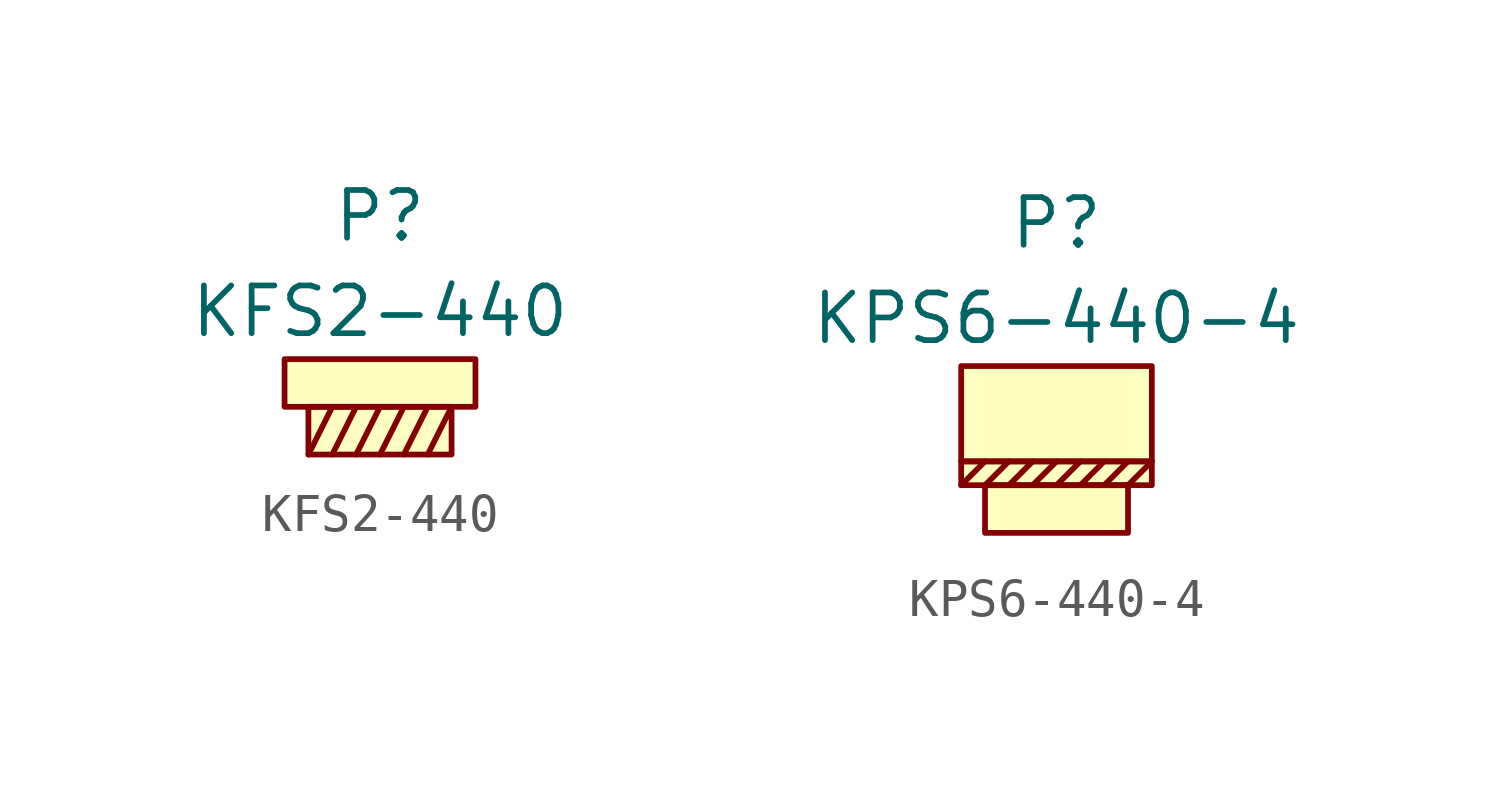
<source format=kicad_sym>
(kicad_symbol_lib
  (version 20220914)
  (generator kicad_symbol_editor)
  (symbol "KFS2-440"
    (property "Reference" "P"
      (at 0 5.08 0)
      (effects (font (size 1.27 1.27))))
    (property "Value" "KFS2-440 "
      (at 0 2.54 0)
      (effects (font (size 1.27 1.27))))
    (symbol "KFS2-440_0_1"
      (polyline (pts (xy -1.27 0) (xy -1.905 -1.27)) (stroke (width 0) (type default)) (fill (type none)))
      (polyline (pts (xy -0.635 0) (xy -1.27 -1.27)) (stroke (width 0) (type default)) (fill (type none)))
      (polyline (pts (xy 0 0) (xy -0.635 -1.27)) (stroke (width 0) (type default)) (fill (type none)))
      (polyline (pts (xy 0.635 0) (xy 0 -1.27)) (stroke (width 0) (type default)) (fill (type none)))
      (polyline (pts (xy 1.27 0) (xy 0.635 -1.27)) (stroke (width 0) (type default)) (fill (type none)))
      (polyline (pts (xy 1.905 0) (xy 1.27 -1.27)) (stroke (width 0) (type default)) (fill (type none))))
    (symbol "KFS2-440_1_1"
      (rectangle (start -2.54 1.27) (end 2.54 0) (stroke (width 0) (type default)) (fill (type background)))
      (rectangle (start -1.905 0) (end 1.905 -1.27) (stroke (width 0) (type default)) (fill (type background)))))
  (symbol "KPS6-440-4"
    (property "Reference" "P"
      (at 0 6.35 0)
      (effects (font (size 1.27 1.27))))
    (property "Value" "KPS6-440-4"
      (at 0 3.81 0)
      (effects (font (size 1.27 1.27))))
    (symbol "KPS6-440-4_0_1"
      (polyline (pts (xy -1.905 0) (xy -2.54 -0.635)) (stroke (width 0) (type default)) (fill (type none)))
      (polyline (pts (xy -1.27 0) (xy -1.905 -0.635)) (stroke (width 0) (type default)) (fill (type none)))
      (polyline (pts (xy -0.635 0) (xy -1.27 -0.635)) (stroke (width 0) (type default)) (fill (type none)))
      (polyline (pts (xy 0 0) (xy -0.635 -0.635)) (stroke (width 0) (type default)) (fill (type none)))
      (polyline (pts (xy 0.635 0) (xy 0 -0.635)) (stroke (width 0) (type default)) (fill (type none)))
      (polyline (pts (xy 1.27 0) (xy 0.635 -0.635)) (stroke (width 0) (type default)) (fill (type none)))
      (polyline (pts (xy 1.905 0) (xy 1.27 -0.635)) (stroke (width 0) (type default)) (fill (type none)))
      (polyline (pts (xy 2.54 0) (xy 1.905 -0.635)) (stroke (width 0) (type default)) (fill (type none))))
    (symbol "KPS6-440-4_1_1"
      (rectangle (start -2.54 0) (end 2.54 -0.635) (stroke (width 0) (type default)) (fill (type background)))
      (rectangle (start -2.54 2.54) (end 2.54 0) (stroke (width 0) (type default)) (fill (type background)))
      (rectangle (start -1.905 -0.635) (end 1.905 -1.905) (stroke (width 0) (type default)) (fill (type background))))))
</source>
